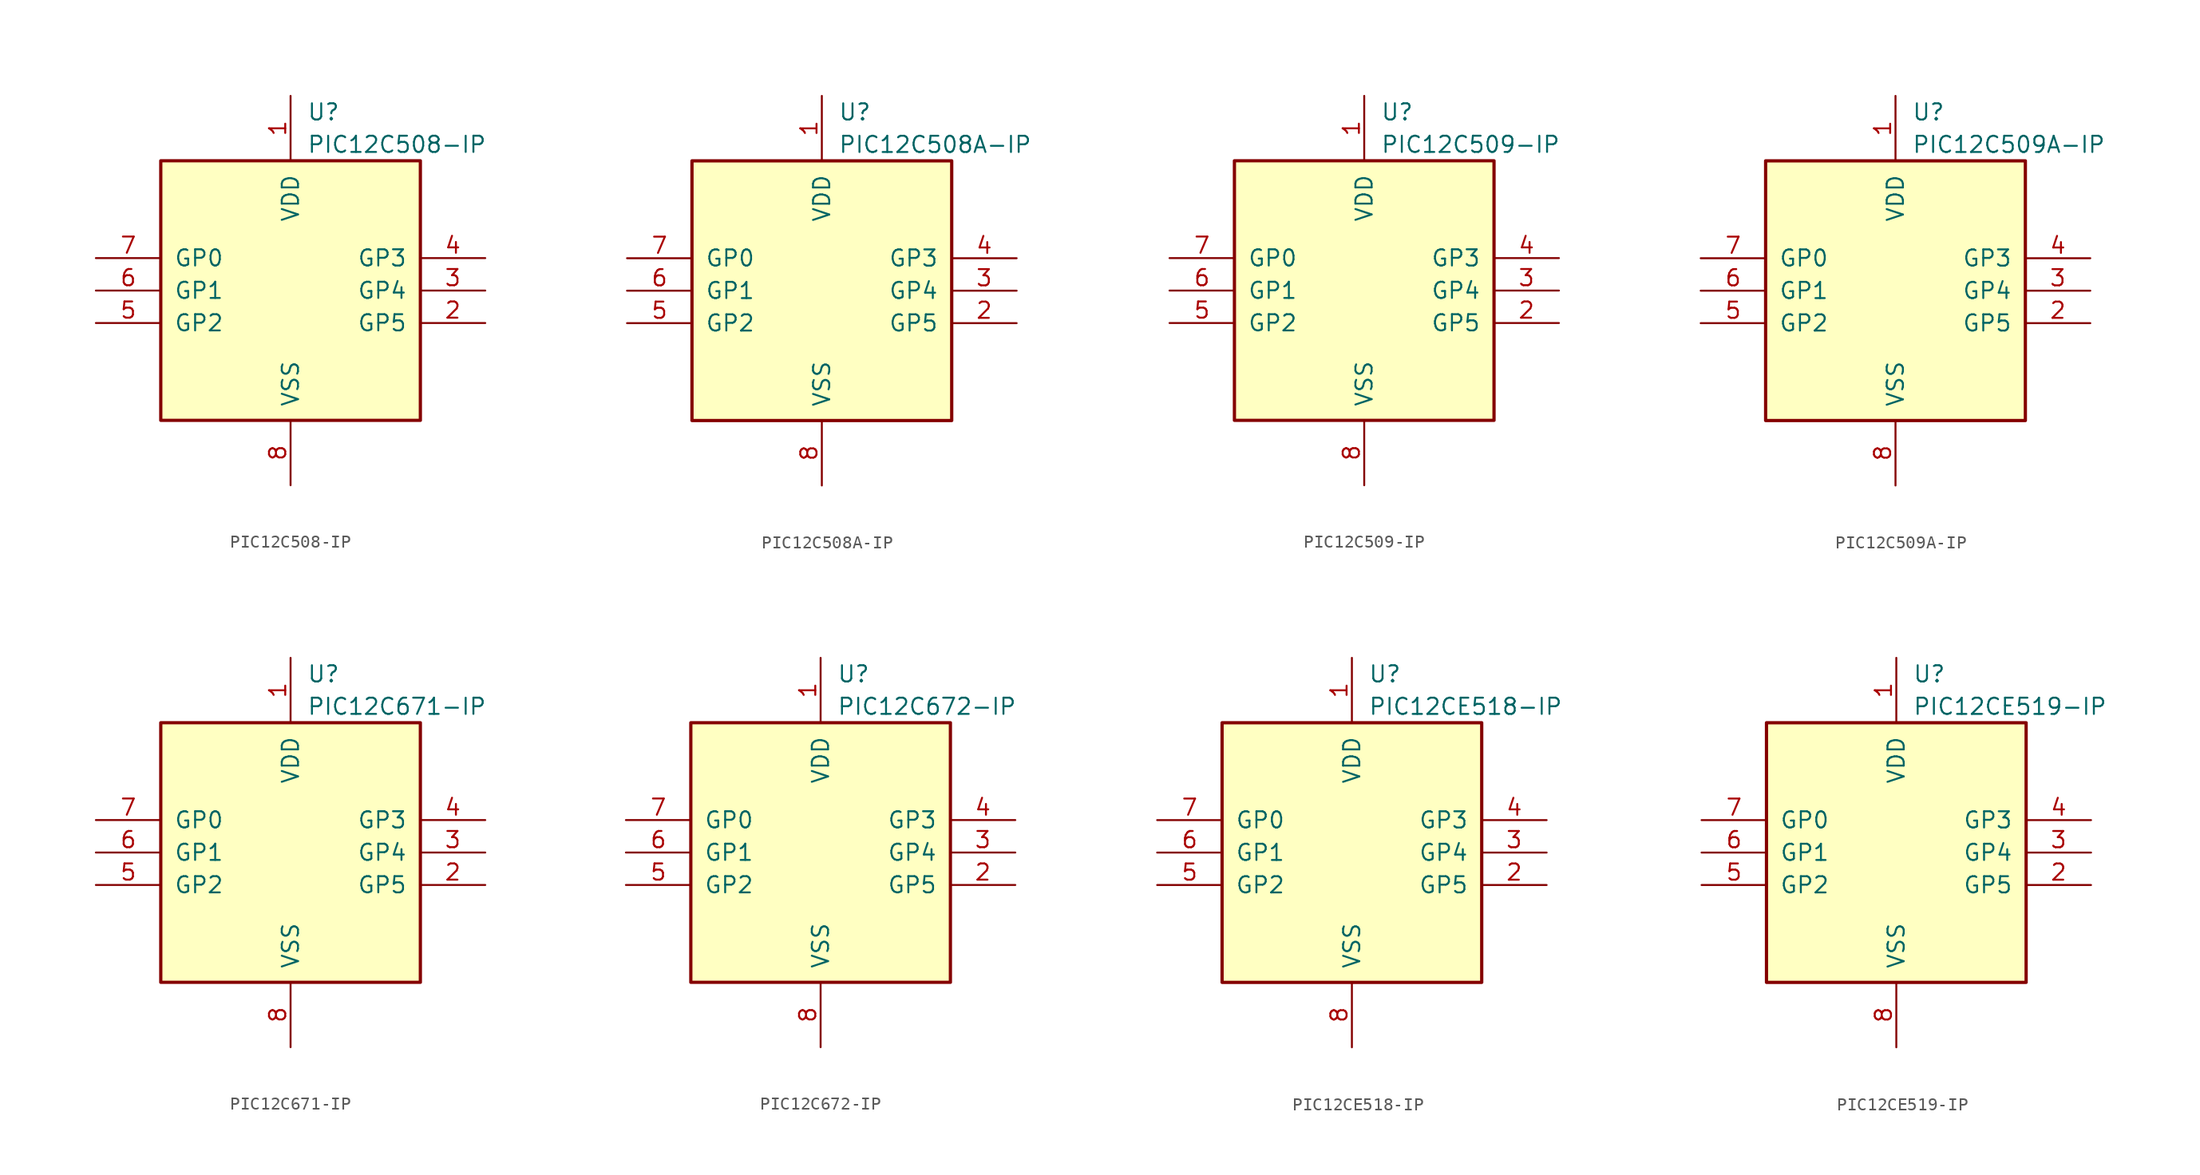
<source format=kicad_sym>
(kicad_symbol_lib
  (version 20220914)
  (generator kicad_symbol_editor)
  (symbol "PIC12C508-IP"
    (pin_names
      (offset 1.016))
    (property "Reference" "U"
      (at 1.27 13.97 0)
      (effects (font (size 1.27 1.27)) (justify left)))
    (property "Value" "PIC12C508-IP"
      (at 1.27 11.43 0)
      (effects (font (size 1.27 1.27)) (justify left)))
    (symbol "PIC12C508-IP_0_1"
      (rectangle (start 10.16 -10.16) (end -10.16 10.16) (stroke (width 0.254) (type default)) (fill (type background))))
    (symbol "PIC12C508-IP_1_1"
      (pin power_in line (at 0 15.24 270) (length 5.08) (name "VDD" (effects (font (size 1.27 1.27)))) (number "1" (effects (font (size 1.27 1.27)))))
      (pin bidirectional line (at 15.24 -2.54 180) (length 5.08) (name "GP5" (effects (font (size 1.27 1.27)))) (number "2" (effects (font (size 1.27 1.27)))))
      (pin bidirectional line (at 15.24 0 180) (length 5.08) (name "GP4" (effects (font (size 1.27 1.27)))) (number "3" (effects (font (size 1.27 1.27)))))
      (pin input line (at 15.24 2.54 180) (length 5.08) (name "GP3" (effects (font (size 1.27 1.27)))) (number "4" (effects (font (size 1.27 1.27)))))
      (pin bidirectional line (at -15.24 -2.54 0) (length 5.08) (name "GP2" (effects (font (size 1.27 1.27)))) (number "5" (effects (font (size 1.27 1.27)))))
      (pin bidirectional line (at -15.24 0 0) (length 5.08) (name "GP1" (effects (font (size 1.27 1.27)))) (number "6" (effects (font (size 1.27 1.27)))))
      (pin bidirectional line (at -15.24 2.54 0) (length 5.08) (name "GP0" (effects (font (size 1.27 1.27)))) (number "7" (effects (font (size 1.27 1.27)))))
      (pin power_in line (at 0 -15.24 90) (length 5.08) (name "VSS" (effects (font (size 1.27 1.27)))) (number "8" (effects (font (size 1.27 1.27)))))))
  (symbol "PIC12C508A-IP"
    (pin_names
      (offset 1.016))
    (property "Reference" "U"
      (at 1.27 13.97 0)
      (effects (font (size 1.27 1.27)) (justify left)))
    (property "Value" "PIC12C508A-IP"
      (at 1.27 11.43 0)
      (effects (font (size 1.27 1.27)) (justify left)))
    (symbol "PIC12C508A-IP_0_1"
      (rectangle (start 10.16 -10.16) (end -10.16 10.16) (stroke (width 0.254) (type default)) (fill (type background))))
    (symbol "PIC12C508A-IP_1_1"
      (pin power_in line (at 0 15.24 270) (length 5.08) (name "VDD" (effects (font (size 1.27 1.27)))) (number "1" (effects (font (size 1.27 1.27)))))
      (pin bidirectional line (at 15.24 -2.54 180) (length 5.08) (name "GP5" (effects (font (size 1.27 1.27)))) (number "2" (effects (font (size 1.27 1.27)))))
      (pin bidirectional line (at 15.24 0 180) (length 5.08) (name "GP4" (effects (font (size 1.27 1.27)))) (number "3" (effects (font (size 1.27 1.27)))))
      (pin input line (at 15.24 2.54 180) (length 5.08) (name "GP3" (effects (font (size 1.27 1.27)))) (number "4" (effects (font (size 1.27 1.27)))))
      (pin bidirectional line (at -15.24 -2.54 0) (length 5.08) (name "GP2" (effects (font (size 1.27 1.27)))) (number "5" (effects (font (size 1.27 1.27)))))
      (pin bidirectional line (at -15.24 0 0) (length 5.08) (name "GP1" (effects (font (size 1.27 1.27)))) (number "6" (effects (font (size 1.27 1.27)))))
      (pin bidirectional line (at -15.24 2.54 0) (length 5.08) (name "GP0" (effects (font (size 1.27 1.27)))) (number "7" (effects (font (size 1.27 1.27)))))
      (pin power_in line (at 0 -15.24 90) (length 5.08) (name "VSS" (effects (font (size 1.27 1.27)))) (number "8" (effects (font (size 1.27 1.27)))))))
  (symbol "PIC12C509-IP"
    (pin_names
      (offset 1.016))
    (property "Reference" "U"
      (at 1.27 13.97 0)
      (effects (font (size 1.27 1.27)) (justify left)))
    (property "Value" "PIC12C509-IP"
      (at 1.27 11.43 0)
      (effects (font (size 1.27 1.27)) (justify left)))
    (symbol "PIC12C509-IP_0_1"
      (rectangle (start 10.16 -10.16) (end -10.16 10.16) (stroke (width 0.254) (type default)) (fill (type background))))
    (symbol "PIC12C509-IP_1_1"
      (pin power_in line (at 0 15.24 270) (length 5.08) (name "VDD" (effects (font (size 1.27 1.27)))) (number "1" (effects (font (size 1.27 1.27)))))
      (pin bidirectional line (at 15.24 -2.54 180) (length 5.08) (name "GP5" (effects (font (size 1.27 1.27)))) (number "2" (effects (font (size 1.27 1.27)))))
      (pin bidirectional line (at 15.24 0 180) (length 5.08) (name "GP4" (effects (font (size 1.27 1.27)))) (number "3" (effects (font (size 1.27 1.27)))))
      (pin input line (at 15.24 2.54 180) (length 5.08) (name "GP3" (effects (font (size 1.27 1.27)))) (number "4" (effects (font (size 1.27 1.27)))))
      (pin bidirectional line (at -15.24 -2.54 0) (length 5.08) (name "GP2" (effects (font (size 1.27 1.27)))) (number "5" (effects (font (size 1.27 1.27)))))
      (pin bidirectional line (at -15.24 0 0) (length 5.08) (name "GP1" (effects (font (size 1.27 1.27)))) (number "6" (effects (font (size 1.27 1.27)))))
      (pin bidirectional line (at -15.24 2.54 0) (length 5.08) (name "GP0" (effects (font (size 1.27 1.27)))) (number "7" (effects (font (size 1.27 1.27)))))
      (pin power_in line (at 0 -15.24 90) (length 5.08) (name "VSS" (effects (font (size 1.27 1.27)))) (number "8" (effects (font (size 1.27 1.27)))))))
  (symbol "PIC12C509A-IP"
    (pin_names
      (offset 1.016))
    (property "Reference" "U"
      (at 1.27 13.97 0)
      (effects (font (size 1.27 1.27)) (justify left)))
    (property "Value" "PIC12C509A-IP"
      (at 1.27 11.43 0)
      (effects (font (size 1.27 1.27)) (justify left)))
    (symbol "PIC12C509A-IP_0_1"
      (rectangle (start 10.16 -10.16) (end -10.16 10.16) (stroke (width 0.254) (type default)) (fill (type background))))
    (symbol "PIC12C509A-IP_1_1"
      (pin power_in line (at 0 15.24 270) (length 5.08) (name "VDD" (effects (font (size 1.27 1.27)))) (number "1" (effects (font (size 1.27 1.27)))))
      (pin bidirectional line (at 15.24 -2.54 180) (length 5.08) (name "GP5" (effects (font (size 1.27 1.27)))) (number "2" (effects (font (size 1.27 1.27)))))
      (pin bidirectional line (at 15.24 0 180) (length 5.08) (name "GP4" (effects (font (size 1.27 1.27)))) (number "3" (effects (font (size 1.27 1.27)))))
      (pin input line (at 15.24 2.54 180) (length 5.08) (name "GP3" (effects (font (size 1.27 1.27)))) (number "4" (effects (font (size 1.27 1.27)))))
      (pin bidirectional line (at -15.24 -2.54 0) (length 5.08) (name "GP2" (effects (font (size 1.27 1.27)))) (number "5" (effects (font (size 1.27 1.27)))))
      (pin bidirectional line (at -15.24 0 0) (length 5.08) (name "GP1" (effects (font (size 1.27 1.27)))) (number "6" (effects (font (size 1.27 1.27)))))
      (pin bidirectional line (at -15.24 2.54 0) (length 5.08) (name "GP0" (effects (font (size 1.27 1.27)))) (number "7" (effects (font (size 1.27 1.27)))))
      (pin power_in line (at 0 -15.24 90) (length 5.08) (name "VSS" (effects (font (size 1.27 1.27)))) (number "8" (effects (font (size 1.27 1.27)))))))
  (symbol "PIC12C671-IP"
    (pin_names
      (offset 1.016))
    (property "Reference" "U"
      (at 1.27 13.97 0)
      (effects (font (size 1.27 1.27)) (justify left)))
    (property "Value" "PIC12C671-IP"
      (at 1.27 11.43 0)
      (effects (font (size 1.27 1.27)) (justify left)))
    (symbol "PIC12C671-IP_0_1"
      (rectangle (start 10.16 -10.16) (end -10.16 10.16) (stroke (width 0.254) (type default)) (fill (type background))))
    (symbol "PIC12C671-IP_1_1"
      (pin power_in line (at 0 15.24 270) (length 5.08) (name "VDD" (effects (font (size 1.27 1.27)))) (number "1" (effects (font (size 1.27 1.27)))))
      (pin bidirectional line (at 15.24 -2.54 180) (length 5.08) (name "GP5" (effects (font (size 1.27 1.27)))) (number "2" (effects (font (size 1.27 1.27)))))
      (pin bidirectional line (at 15.24 0 180) (length 5.08) (name "GP4" (effects (font (size 1.27 1.27)))) (number "3" (effects (font (size 1.27 1.27)))))
      (pin input line (at 15.24 2.54 180) (length 5.08) (name "GP3" (effects (font (size 1.27 1.27)))) (number "4" (effects (font (size 1.27 1.27)))))
      (pin bidirectional line (at -15.24 -2.54 0) (length 5.08) (name "GP2" (effects (font (size 1.27 1.27)))) (number "5" (effects (font (size 1.27 1.27)))))
      (pin bidirectional line (at -15.24 0 0) (length 5.08) (name "GP1" (effects (font (size 1.27 1.27)))) (number "6" (effects (font (size 1.27 1.27)))))
      (pin bidirectional line (at -15.24 2.54 0) (length 5.08) (name "GP0" (effects (font (size 1.27 1.27)))) (number "7" (effects (font (size 1.27 1.27)))))
      (pin power_in line (at 0 -15.24 90) (length 5.08) (name "VSS" (effects (font (size 1.27 1.27)))) (number "8" (effects (font (size 1.27 1.27)))))))
  (symbol "PIC12C672-IP"
    (pin_names
      (offset 1.016))
    (property "Reference" "U"
      (at 1.27 13.97 0)
      (effects (font (size 1.27 1.27)) (justify left)))
    (property "Value" "PIC12C672-IP"
      (at 1.27 11.43 0)
      (effects (font (size 1.27 1.27)) (justify left)))
    (symbol "PIC12C672-IP_0_1"
      (rectangle (start 10.16 -10.16) (end -10.16 10.16) (stroke (width 0.254) (type default)) (fill (type background))))
    (symbol "PIC12C672-IP_1_1"
      (pin power_in line (at 0 15.24 270) (length 5.08) (name "VDD" (effects (font (size 1.27 1.27)))) (number "1" (effects (font (size 1.27 1.27)))))
      (pin bidirectional line (at 15.24 -2.54 180) (length 5.08) (name "GP5" (effects (font (size 1.27 1.27)))) (number "2" (effects (font (size 1.27 1.27)))))
      (pin bidirectional line (at 15.24 0 180) (length 5.08) (name "GP4" (effects (font (size 1.27 1.27)))) (number "3" (effects (font (size 1.27 1.27)))))
      (pin input line (at 15.24 2.54 180) (length 5.08) (name "GP3" (effects (font (size 1.27 1.27)))) (number "4" (effects (font (size 1.27 1.27)))))
      (pin bidirectional line (at -15.24 -2.54 0) (length 5.08) (name "GP2" (effects (font (size 1.27 1.27)))) (number "5" (effects (font (size 1.27 1.27)))))
      (pin bidirectional line (at -15.24 0 0) (length 5.08) (name "GP1" (effects (font (size 1.27 1.27)))) (number "6" (effects (font (size 1.27 1.27)))))
      (pin bidirectional line (at -15.24 2.54 0) (length 5.08) (name "GP0" (effects (font (size 1.27 1.27)))) (number "7" (effects (font (size 1.27 1.27)))))
      (pin power_in line (at 0 -15.24 90) (length 5.08) (name "VSS" (effects (font (size 1.27 1.27)))) (number "8" (effects (font (size 1.27 1.27)))))))
  (symbol "PIC12CE518-IP"
    (pin_names
      (offset 1.016))
    (property "Reference" "U"
      (at 1.27 13.97 0)
      (effects (font (size 1.27 1.27)) (justify left)))
    (property "Value" "PIC12CE518-IP"
      (at 1.27 11.43 0)
      (effects (font (size 1.27 1.27)) (justify left)))
    (symbol "PIC12CE518-IP_0_1"
      (rectangle (start 10.16 -10.16) (end -10.16 10.16) (stroke (width 0.254) (type default)) (fill (type background))))
    (symbol "PIC12CE518-IP_1_1"
      (pin power_in line (at 0 15.24 270) (length 5.08) (name "VDD" (effects (font (size 1.27 1.27)))) (number "1" (effects (font (size 1.27 1.27)))))
      (pin bidirectional line (at 15.24 -2.54 180) (length 5.08) (name "GP5" (effects (font (size 1.27 1.27)))) (number "2" (effects (font (size 1.27 1.27)))))
      (pin bidirectional line (at 15.24 0 180) (length 5.08) (name "GP4" (effects (font (size 1.27 1.27)))) (number "3" (effects (font (size 1.27 1.27)))))
      (pin input line (at 15.24 2.54 180) (length 5.08) (name "GP3" (effects (font (size 1.27 1.27)))) (number "4" (effects (font (size 1.27 1.27)))))
      (pin bidirectional line (at -15.24 -2.54 0) (length 5.08) (name "GP2" (effects (font (size 1.27 1.27)))) (number "5" (effects (font (size 1.27 1.27)))))
      (pin bidirectional line (at -15.24 0 0) (length 5.08) (name "GP1" (effects (font (size 1.27 1.27)))) (number "6" (effects (font (size 1.27 1.27)))))
      (pin bidirectional line (at -15.24 2.54 0) (length 5.08) (name "GP0" (effects (font (size 1.27 1.27)))) (number "7" (effects (font (size 1.27 1.27)))))
      (pin power_in line (at 0 -15.24 90) (length 5.08) (name "VSS" (effects (font (size 1.27 1.27)))) (number "8" (effects (font (size 1.27 1.27)))))))
  (symbol "PIC12CE519-IP"
    (pin_names
      (offset 1.016))
    (property "Reference" "U"
      (at 1.27 13.97 0)
      (effects (font (size 1.27 1.27)) (justify left)))
    (property "Value" "PIC12CE519-IP"
      (at 1.27 11.43 0)
      (effects (font (size 1.27 1.27)) (justify left)))
    (symbol "PIC12CE519-IP_0_1"
      (rectangle (start 10.16 -10.16) (end -10.16 10.16) (stroke (width 0.254) (type default)) (fill (type background))))
    (symbol "PIC12CE519-IP_1_1"
      (pin power_in line (at 0 15.24 270) (length 5.08) (name "VDD" (effects (font (size 1.27 1.27)))) (number "1" (effects (font (size 1.27 1.27)))))
      (pin bidirectional line (at 15.24 -2.54 180) (length 5.08) (name "GP5" (effects (font (size 1.27 1.27)))) (number "2" (effects (font (size 1.27 1.27)))))
      (pin bidirectional line (at 15.24 0 180) (length 5.08) (name "GP4" (effects (font (size 1.27 1.27)))) (number "3" (effects (font (size 1.27 1.27)))))
      (pin input line (at 15.24 2.54 180) (length 5.08) (name "GP3" (effects (font (size 1.27 1.27)))) (number "4" (effects (font (size 1.27 1.27)))))
      (pin bidirectional line (at -15.24 -2.54 0) (length 5.08) (name "GP2" (effects (font (size 1.27 1.27)))) (number "5" (effects (font (size 1.27 1.27)))))
      (pin bidirectional line (at -15.24 0 0) (length 5.08) (name "GP1" (effects (font (size 1.27 1.27)))) (number "6" (effects (font (size 1.27 1.27)))))
      (pin bidirectional line (at -15.24 2.54 0) (length 5.08) (name "GP0" (effects (font (size 1.27 1.27)))) (number "7" (effects (font (size 1.27 1.27)))))
      (pin power_in line (at 0 -15.24 90) (length 5.08) (name "VSS" (effects (font (size 1.27 1.27)))) (number "8" (effects (font (size 1.27 1.27))))))))
</source>
